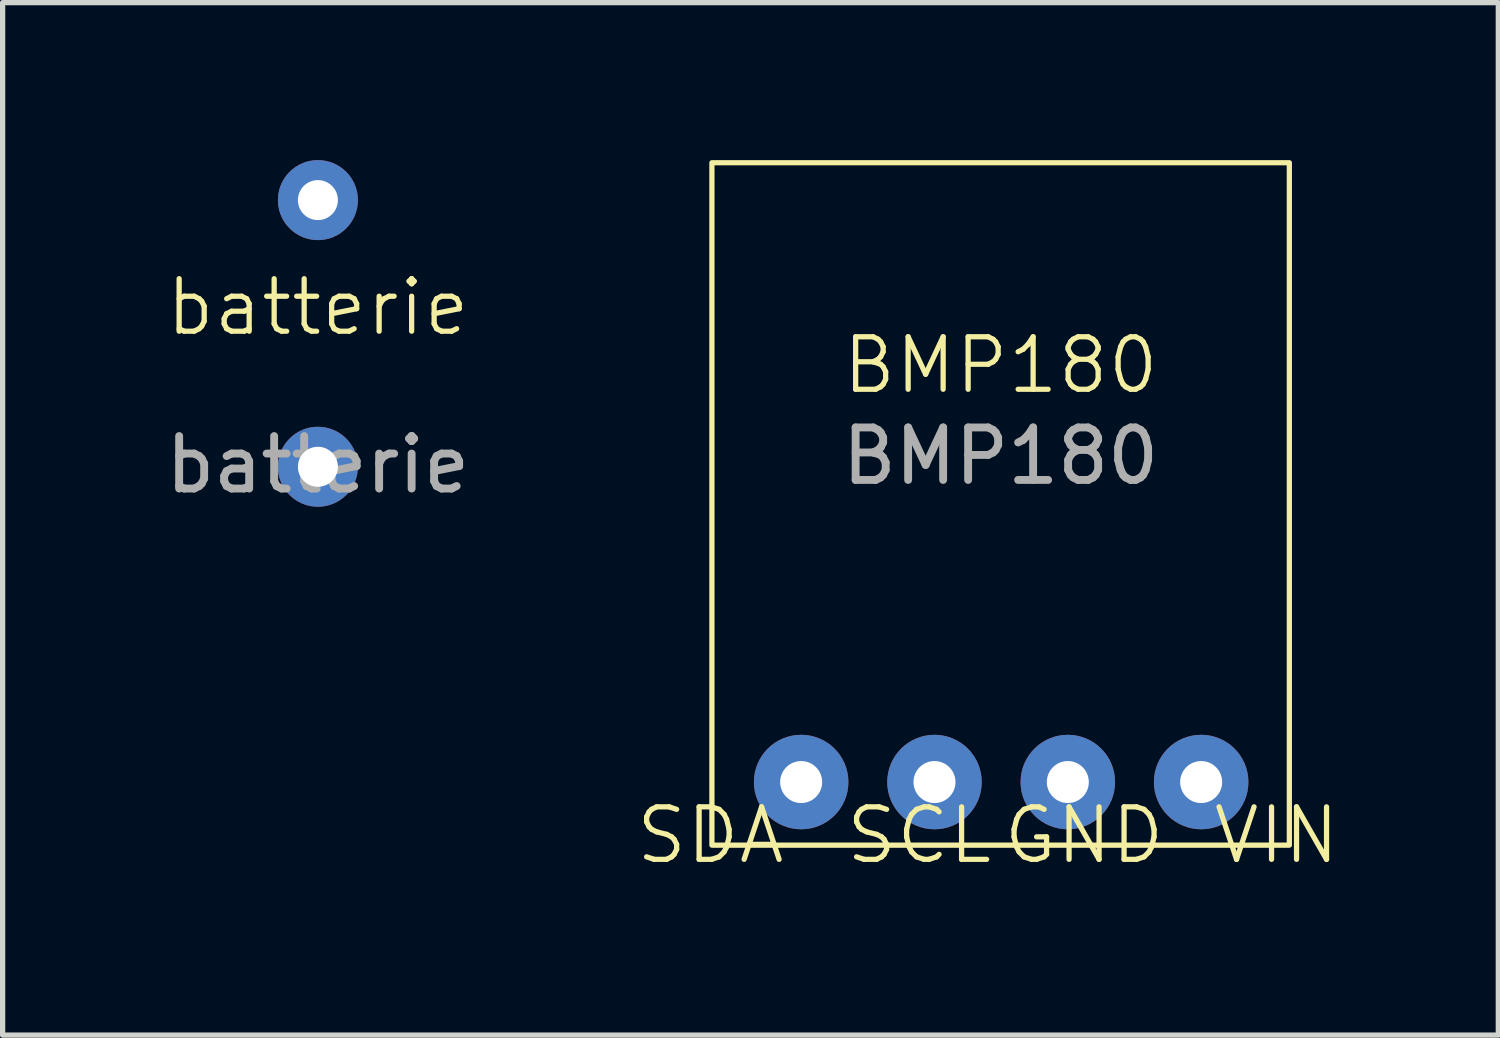
<source format=kicad_pcb>
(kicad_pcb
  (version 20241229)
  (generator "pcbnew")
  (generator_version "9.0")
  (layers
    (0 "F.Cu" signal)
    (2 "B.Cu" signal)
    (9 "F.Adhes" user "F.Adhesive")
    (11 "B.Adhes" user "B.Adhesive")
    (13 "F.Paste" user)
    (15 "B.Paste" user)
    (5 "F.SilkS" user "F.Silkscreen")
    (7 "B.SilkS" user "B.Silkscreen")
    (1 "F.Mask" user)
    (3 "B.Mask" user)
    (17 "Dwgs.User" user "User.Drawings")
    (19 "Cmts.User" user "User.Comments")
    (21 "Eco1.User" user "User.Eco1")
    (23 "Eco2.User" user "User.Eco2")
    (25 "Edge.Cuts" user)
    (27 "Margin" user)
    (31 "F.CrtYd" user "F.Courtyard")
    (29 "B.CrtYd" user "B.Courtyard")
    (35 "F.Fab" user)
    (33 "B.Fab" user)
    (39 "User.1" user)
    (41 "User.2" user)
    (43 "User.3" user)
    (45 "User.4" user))
  (footprint "BMP180"
    (layer "F.Cu")
    (at 16.012 9.448)
    (property "Reference" "BMP180" (at 0 -5.54 0) (unlocked yes) (layer "F.SilkS") (effects (font (size 1 1) (thickness 0.1))))
    (attr through_hole)
    (fp_rect (start -5.5 -9.398) (end 5.5 3.602) (stroke (width 0.1) (type default)) (fill no) (layer "F.SilkS"))
    (fp_text user "VIN" (at 4 4 0) (unlocked yes) (layer "F.SilkS") (effects (font (size 1 1) (thickness 0.1)) (justify left bottom)))
    (fp_text user "SDA" (at -7 4 0) (unlocked yes) (layer "F.SilkS") (effects (font (size 1 1) (thickness 0.1)) (justify left bottom)))
    (fp_text user "SCL" (at -3 4 0) (unlocked yes) (layer "F.SilkS") (effects (font (size 1 1) (thickness 0.1)) (justify left bottom)))
    (fp_text user "GND" (at 0 4 0) (unlocked yes) (layer "F.SilkS") (effects (font (size 1 1) (thickness 0.1)) (justify left bottom)))
    (fp_text user "${REFERENCE}" (at 0 -3.81 0) (unlocked yes) (layer "F.Fab") (effects (font (size 1 1) (thickness 0.15))))
    (pad "1" thru_hole circle (at -3.8 2.4) (size 1.8 1.8) (drill 0.8) (layers "*.Cu" "*.Mask"))
    (pad "2" thru_hole circle (at -1.26 2.4) (size 1.8 1.8) (drill 0.8) (layers "*.Cu" "*.Mask"))
    (pad "3" thru_hole circle (at 1.28 2.4) (size 1.8 1.8) (drill 0.8) (layers "*.Cu" "*.Mask"))
    (pad "4" thru_hole circle (at 3.82 2.4) (size 1.8 1.8) (drill 0.8) (layers "*.Cu" "*.Mask")))
  (footprint "batterie"
    (layer "F.Cu")
    (at 3.006 3.302)
    (property "Reference" "batterie" (at 0 -0.5 0) (unlocked yes) (layer "F.SilkS") (effects (font (size 1 1) (thickness 0.1))))
    (attr through_hole)
    (fp_text user "${REFERENCE}" (at 0 2.5 0) (unlocked yes) (layer "F.Fab") (effects (font (size 1 1) (thickness 0.15))))
    (pad "1" thru_hole circle (at 0 2.54) (size 1.524 1.524) (drill 0.762) (layers "*.Cu" "*.Mask"))
    (pad "2" thru_hole circle (at 0 -2.54) (size 1.524 1.524) (drill 0.762) (layers "*.Cu" "*.Mask")))
  (gr_rect
    (start -3 -3)
    (end 25.493 16.669)
    (stroke (width 0.1) (type default))
    (fill no)
    (layer "Edge.Cuts")))
</source>
